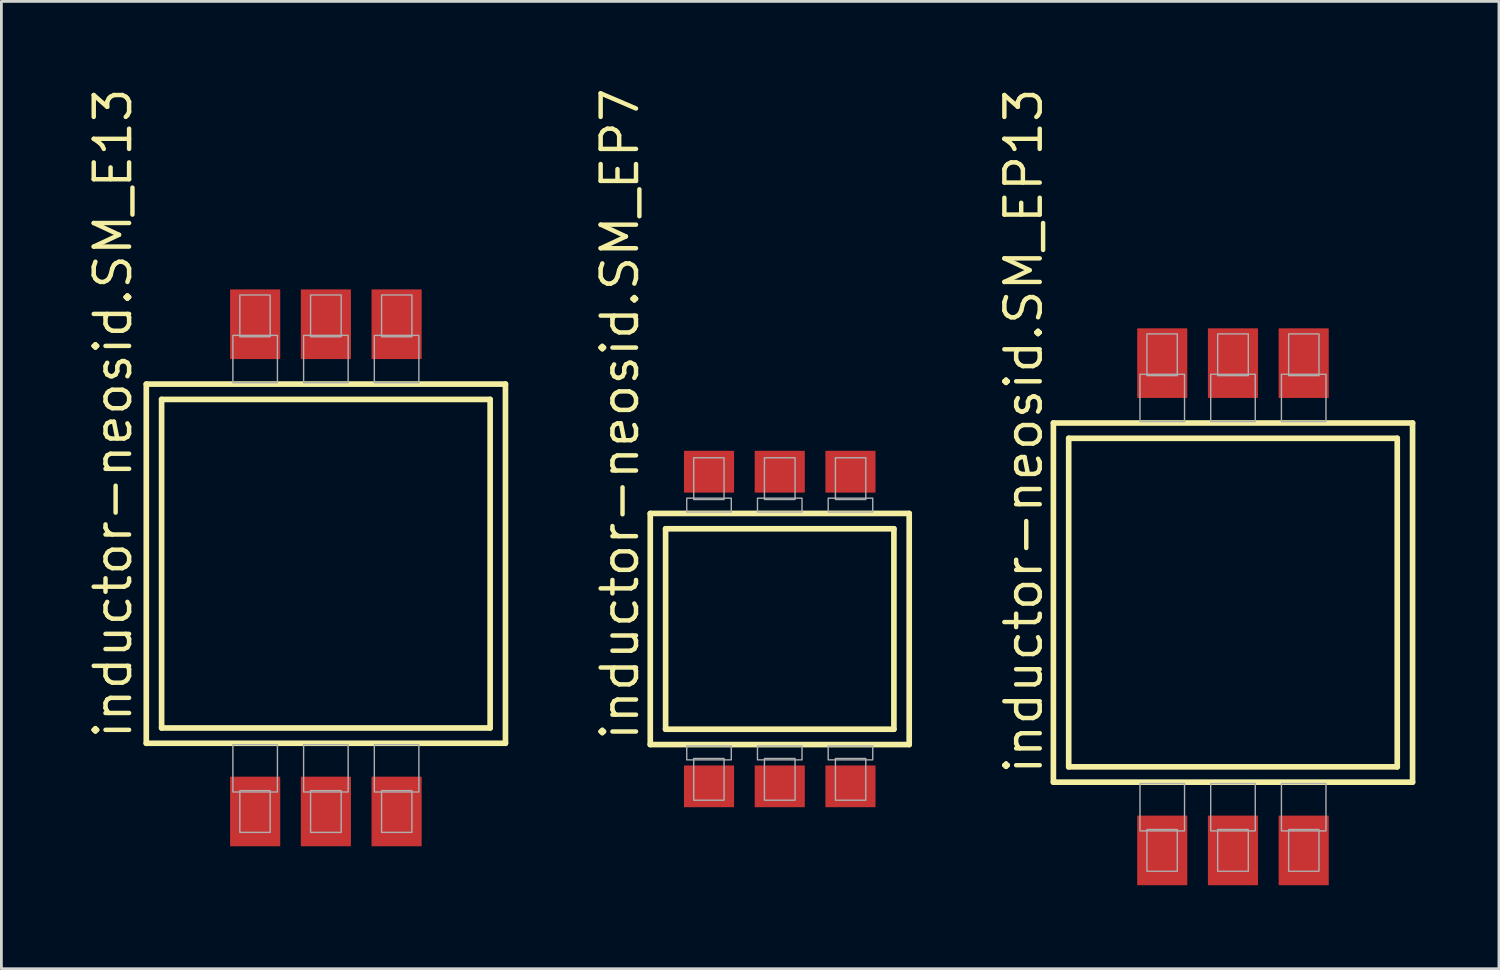
<source format=kicad_pcb>
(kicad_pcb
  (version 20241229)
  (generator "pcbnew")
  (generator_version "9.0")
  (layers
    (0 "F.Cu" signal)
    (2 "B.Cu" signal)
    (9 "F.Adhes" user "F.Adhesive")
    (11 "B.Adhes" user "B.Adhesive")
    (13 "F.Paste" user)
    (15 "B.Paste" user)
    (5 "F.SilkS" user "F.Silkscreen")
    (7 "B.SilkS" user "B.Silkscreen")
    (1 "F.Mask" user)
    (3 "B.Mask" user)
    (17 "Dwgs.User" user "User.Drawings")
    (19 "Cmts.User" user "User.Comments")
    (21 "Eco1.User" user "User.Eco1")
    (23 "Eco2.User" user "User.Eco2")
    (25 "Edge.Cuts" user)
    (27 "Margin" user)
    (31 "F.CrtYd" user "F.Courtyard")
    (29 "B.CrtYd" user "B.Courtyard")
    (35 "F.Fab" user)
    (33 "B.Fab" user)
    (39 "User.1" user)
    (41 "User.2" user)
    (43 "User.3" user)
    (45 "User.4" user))
  (footprint "inductor-neosid.SM_EP13"
    (layer "F.Cu")
    (at 41.233 18.592)
    (property "Reference" "inductor-neosid.SM_EP13" (at -6.777 6.248 90) (layer "F.SilkS") (effects (font (size 1.27 1.27) (thickness 0.16)) (justify left bottom)))
    (attr smd)
    (fp_line (start -6.45 -6.45) (end 6.45 -6.45) (stroke (width 0.203) (type default)) (layer "F.SilkS"))
    (fp_line (start -6.45 6.45) (end -6.45 -6.45) (stroke (width 0.203) (type default)) (layer "F.SilkS"))
    (fp_line (start -5.9 -5.9) (end 5.9 -5.9) (stroke (width 0.203) (type default)) (layer "F.SilkS"))
    (fp_line (start -5.9 5.9) (end -5.9 -5.9) (stroke (width 0.203) (type default)) (layer "F.SilkS"))
    (fp_line (start 5.9 -5.9) (end 5.9 5.9) (stroke (width 0.203) (type default)) (layer "F.SilkS"))
    (fp_line (start 5.9 5.9) (end -5.9 5.9) (stroke (width 0.203) (type default)) (layer "F.SilkS"))
    (fp_line (start 6.45 -6.45) (end 6.45 6.45) (stroke (width 0.203) (type default)) (layer "F.SilkS"))
    (fp_line (start 6.45 6.45) (end -6.45 6.45) (stroke (width 0.203) (type default)) (layer "F.SilkS"))
    (fp_rect (start -3.34 -6.5) (end -1.74 -8.2) (stroke (width 0.05) (type default)) (fill no) (layer "F.Fab"))
    (fp_rect (start -3.34 8.2) (end -1.74 6.5) (stroke (width 0.05) (type default)) (fill no) (layer "F.Fab"))
    (fp_rect (start -3.09 -8.15) (end -2 -9.65) (stroke (width 0.05) (type default)) (fill no) (layer "F.Fab"))
    (fp_rect (start -3.09 9.65) (end -2 8.15) (stroke (width 0.05) (type default)) (fill no) (layer "F.Fab"))
    (fp_rect (start -0.8 -6.5) (end 0.8 -8.2) (stroke (width 0.05) (type default)) (fill no) (layer "F.Fab"))
    (fp_rect (start -0.8 8.2) (end 0.8 6.5) (stroke (width 0.05) (type default)) (fill no) (layer "F.Fab"))
    (fp_rect (start -0.55 -8.15) (end 0.55 -9.65) (stroke (width 0.05) (type default)) (fill no) (layer "F.Fab"))
    (fp_rect (start -0.55 9.65) (end 0.55 8.15) (stroke (width 0.05) (type default)) (fill no) (layer "F.Fab"))
    (fp_rect (start 1.74 -6.5) (end 3.34 -8.2) (stroke (width 0.05) (type default)) (fill no) (layer "F.Fab"))
    (fp_rect (start 1.74 8.2) (end 3.34 6.5) (stroke (width 0.05) (type default)) (fill no) (layer "F.Fab"))
    (fp_rect (start 2 -8.15) (end 3.09 -9.65) (stroke (width 0.05) (type default)) (fill no) (layer "F.Fab"))
    (fp_rect (start 2 9.65) (end 3.09 8.15) (stroke (width 0.05) (type default)) (fill no) (layer "F.Fab"))
    (pad "1" smd roundrect (at -2.54 -8.6) (size 1.8 2.5) (layers "F.Cu" "F.Mask" "F.Paste") (roundrect_rratio 0.01))
    (pad "2" smd roundrect (at 0 -8.6) (size 1.8 2.5) (layers "F.Cu" "F.Mask" "F.Paste") (roundrect_rratio 0.01))
    (pad "3" smd roundrect (at 2.54 -8.6) (size 1.8 2.5) (layers "F.Cu" "F.Mask" "F.Paste") (roundrect_rratio 0.01))
    (pad "4" smd roundrect (at 2.54 8.9) (size 1.8 2.5) (layers "F.Cu" "F.Mask" "F.Paste") (roundrect_rratio 0.01))
    (pad "5" smd roundrect (at 0 8.9) (size 1.8 2.5) (layers "F.Cu" "F.Mask" "F.Paste") (roundrect_rratio 0.01))
    (pad "6" smd roundrect (at -2.54 8.9) (size 1.8 2.5) (layers "F.Cu" "F.Mask" "F.Paste") (roundrect_rratio 0.01)))
  (footprint "inductor-neosid.SM_EP7"
    (layer "F.Cu")
    (at 24.955 19.541)
    (property "Reference" "inductor-neosid.SM_EP7" (at -4.999 4.089 90) (layer "F.SilkS") (effects (font (size 1.27 1.27) (thickness 0.16)) (justify left bottom)))
    (attr smd)
    (fp_line (start -4.65 -4.15) (end 4.65 -4.15) (stroke (width 0.203) (type default)) (layer "F.SilkS"))
    (fp_line (start -4.65 4.15) (end -4.65 -4.15) (stroke (width 0.203) (type default)) (layer "F.SilkS"))
    (fp_line (start -4.1 -3.6) (end 4.1 -3.6) (stroke (width 0.203) (type default)) (layer "F.SilkS"))
    (fp_line (start -4.1 3.6) (end -4.1 -3.6) (stroke (width 0.203) (type default)) (layer "F.SilkS"))
    (fp_line (start 4.1 -3.6) (end 4.1 3.6) (stroke (width 0.203) (type default)) (layer "F.SilkS"))
    (fp_line (start 4.1 3.6) (end -4.1 3.6) (stroke (width 0.203) (type default)) (layer "F.SilkS"))
    (fp_line (start 4.65 -4.15) (end 4.65 4.15) (stroke (width 0.203) (type default)) (layer "F.SilkS"))
    (fp_line (start 4.65 4.15) (end -4.65 4.15) (stroke (width 0.203) (type default)) (layer "F.SilkS"))
    (fp_rect (start -3.34 -4.2) (end -1.74 -4.7) (stroke (width 0.05) (type default)) (fill no) (layer "F.Fab"))
    (fp_rect (start -3.34 4.7) (end -1.74 4.2) (stroke (width 0.05) (type default)) (fill no) (layer "F.Fab"))
    (fp_rect (start -3.09 -4.65) (end -2 -6.15) (stroke (width 0.05) (type default)) (fill no) (layer "F.Fab"))
    (fp_rect (start -3.09 6.15) (end -2 4.65) (stroke (width 0.05) (type default)) (fill no) (layer "F.Fab"))
    (fp_rect (start -0.8 -4.2) (end 0.8 -4.7) (stroke (width 0.05) (type default)) (fill no) (layer "F.Fab"))
    (fp_rect (start -0.8 4.7) (end 0.8 4.2) (stroke (width 0.05) (type default)) (fill no) (layer "F.Fab"))
    (fp_rect (start -0.55 -4.65) (end 0.55 -6.15) (stroke (width 0.05) (type default)) (fill no) (layer "F.Fab"))
    (fp_rect (start -0.55 6.15) (end 0.55 4.65) (stroke (width 0.05) (type default)) (fill no) (layer "F.Fab"))
    (fp_rect (start 1.74 -4.2) (end 3.34 -4.7) (stroke (width 0.05) (type default)) (fill no) (layer "F.Fab"))
    (fp_rect (start 1.74 4.7) (end 3.34 4.2) (stroke (width 0.05) (type default)) (fill no) (layer "F.Fab"))
    (fp_rect (start 2 -4.65) (end 3.09 -6.15) (stroke (width 0.05) (type default)) (fill no) (layer "F.Fab"))
    (fp_rect (start 2 6.15) (end 3.09 4.65) (stroke (width 0.05) (type default)) (fill no) (layer "F.Fab"))
    (pad "1" smd roundrect (at -2.54 -5.65) (size 1.8 1.5) (layers "F.Cu" "F.Mask" "F.Paste") (roundrect_rratio 0.01))
    (pad "2" smd roundrect (at 0 -5.65) (size 1.8 1.5) (layers "F.Cu" "F.Mask" "F.Paste") (roundrect_rratio 0.01))
    (pad "3" smd roundrect (at 2.54 -5.65) (size 1.8 1.5) (layers "F.Cu" "F.Mask" "F.Paste") (roundrect_rratio 0.01))
    (pad "4" smd roundrect (at 2.54 5.65) (size 1.8 1.5) (layers "F.Cu" "F.Mask" "F.Paste") (roundrect_rratio 0.01))
    (pad "5" smd roundrect (at 0 5.65) (size 1.8 1.5) (layers "F.Cu" "F.Mask" "F.Paste") (roundrect_rratio 0.01))
    (pad "6" smd roundrect (at -2.54 5.65) (size 1.8 1.5) (layers "F.Cu" "F.Mask" "F.Paste") (roundrect_rratio 0.01)))
  (footprint "inductor-neosid.SM_E13"
    (layer "F.Cu")
    (at 8.654 17.195)
    (property "Reference" "inductor-neosid.SM_E13" (at -6.904 6.375 90) (layer "F.SilkS") (effects (font (size 1.27 1.27) (thickness 0.16)) (justify left bottom)))
    (attr smd)
    (fp_line (start -6.45 -6.45) (end 6.45 -6.45) (stroke (width 0.203) (type default)) (layer "F.SilkS"))
    (fp_line (start -6.45 6.45) (end -6.45 -6.45) (stroke (width 0.203) (type default)) (layer "F.SilkS"))
    (fp_line (start -5.9 -5.9) (end 5.9 -5.9) (stroke (width 0.203) (type default)) (layer "F.SilkS"))
    (fp_line (start -5.9 5.9) (end -5.9 -5.9) (stroke (width 0.203) (type default)) (layer "F.SilkS"))
    (fp_line (start 5.9 -5.9) (end 5.9 5.9) (stroke (width 0.203) (type default)) (layer "F.SilkS"))
    (fp_line (start 5.9 5.9) (end -5.9 5.9) (stroke (width 0.203) (type default)) (layer "F.SilkS"))
    (fp_line (start 6.45 -6.45) (end 6.45 6.45) (stroke (width 0.203) (type default)) (layer "F.SilkS"))
    (fp_line (start 6.45 6.45) (end -6.45 6.45) (stroke (width 0.203) (type default)) (layer "F.SilkS"))
    (fp_rect (start -3.34 -6.5) (end -1.74 -8.2) (stroke (width 0.05) (type default)) (fill no) (layer "F.Fab"))
    (fp_rect (start -3.34 8.2) (end -1.74 6.5) (stroke (width 0.05) (type default)) (fill no) (layer "F.Fab"))
    (fp_rect (start -3.09 -8.15) (end -2 -9.65) (stroke (width 0.05) (type default)) (fill no) (layer "F.Fab"))
    (fp_rect (start -3.09 9.65) (end -2 8.15) (stroke (width 0.05) (type default)) (fill no) (layer "F.Fab"))
    (fp_rect (start -0.8 -6.5) (end 0.8 -8.2) (stroke (width 0.05) (type default)) (fill no) (layer "F.Fab"))
    (fp_rect (start -0.8 8.2) (end 0.8 6.5) (stroke (width 0.05) (type default)) (fill no) (layer "F.Fab"))
    (fp_rect (start -0.55 -8.15) (end 0.55 -9.65) (stroke (width 0.05) (type default)) (fill no) (layer "F.Fab"))
    (fp_rect (start -0.55 9.65) (end 0.55 8.15) (stroke (width 0.05) (type default)) (fill no) (layer "F.Fab"))
    (fp_rect (start 1.74 -6.5) (end 3.34 -8.2) (stroke (width 0.05) (type default)) (fill no) (layer "F.Fab"))
    (fp_rect (start 1.74 8.2) (end 3.34 6.5) (stroke (width 0.05) (type default)) (fill no) (layer "F.Fab"))
    (fp_rect (start 2 -8.15) (end 3.09 -9.65) (stroke (width 0.05) (type default)) (fill no) (layer "F.Fab"))
    (fp_rect (start 2 9.65) (end 3.09 8.15) (stroke (width 0.05) (type default)) (fill no) (layer "F.Fab"))
    (pad "1" smd roundrect (at -2.54 -8.6) (size 1.8 2.5) (layers "F.Cu" "F.Mask" "F.Paste") (roundrect_rratio 0.01))
    (pad "2" smd roundrect (at 0 -8.6) (size 1.8 2.5) (layers "F.Cu" "F.Mask" "F.Paste") (roundrect_rratio 0.01))
    (pad "3" smd roundrect (at 2.54 -8.6) (size 1.8 2.5) (layers "F.Cu" "F.Mask" "F.Paste") (roundrect_rratio 0.01))
    (pad "4" smd roundrect (at 2.54 8.9) (size 1.8 2.5) (layers "F.Cu" "F.Mask" "F.Paste") (roundrect_rratio 0.01))
    (pad "5" smd roundrect (at 0 8.9) (size 1.8 2.5) (layers "F.Cu" "F.Mask" "F.Paste") (roundrect_rratio 0.01))
    (pad "6" smd roundrect (at -2.54 8.9) (size 1.8 2.5) (layers "F.Cu" "F.Mask" "F.Paste") (roundrect_rratio 0.01)))
  (gr_rect
    (start -3 -3)
    (end 50.785 31.742)
    (stroke (width 0.1) (type default))
    (fill no)
    (layer "Edge.Cuts")))
</source>
